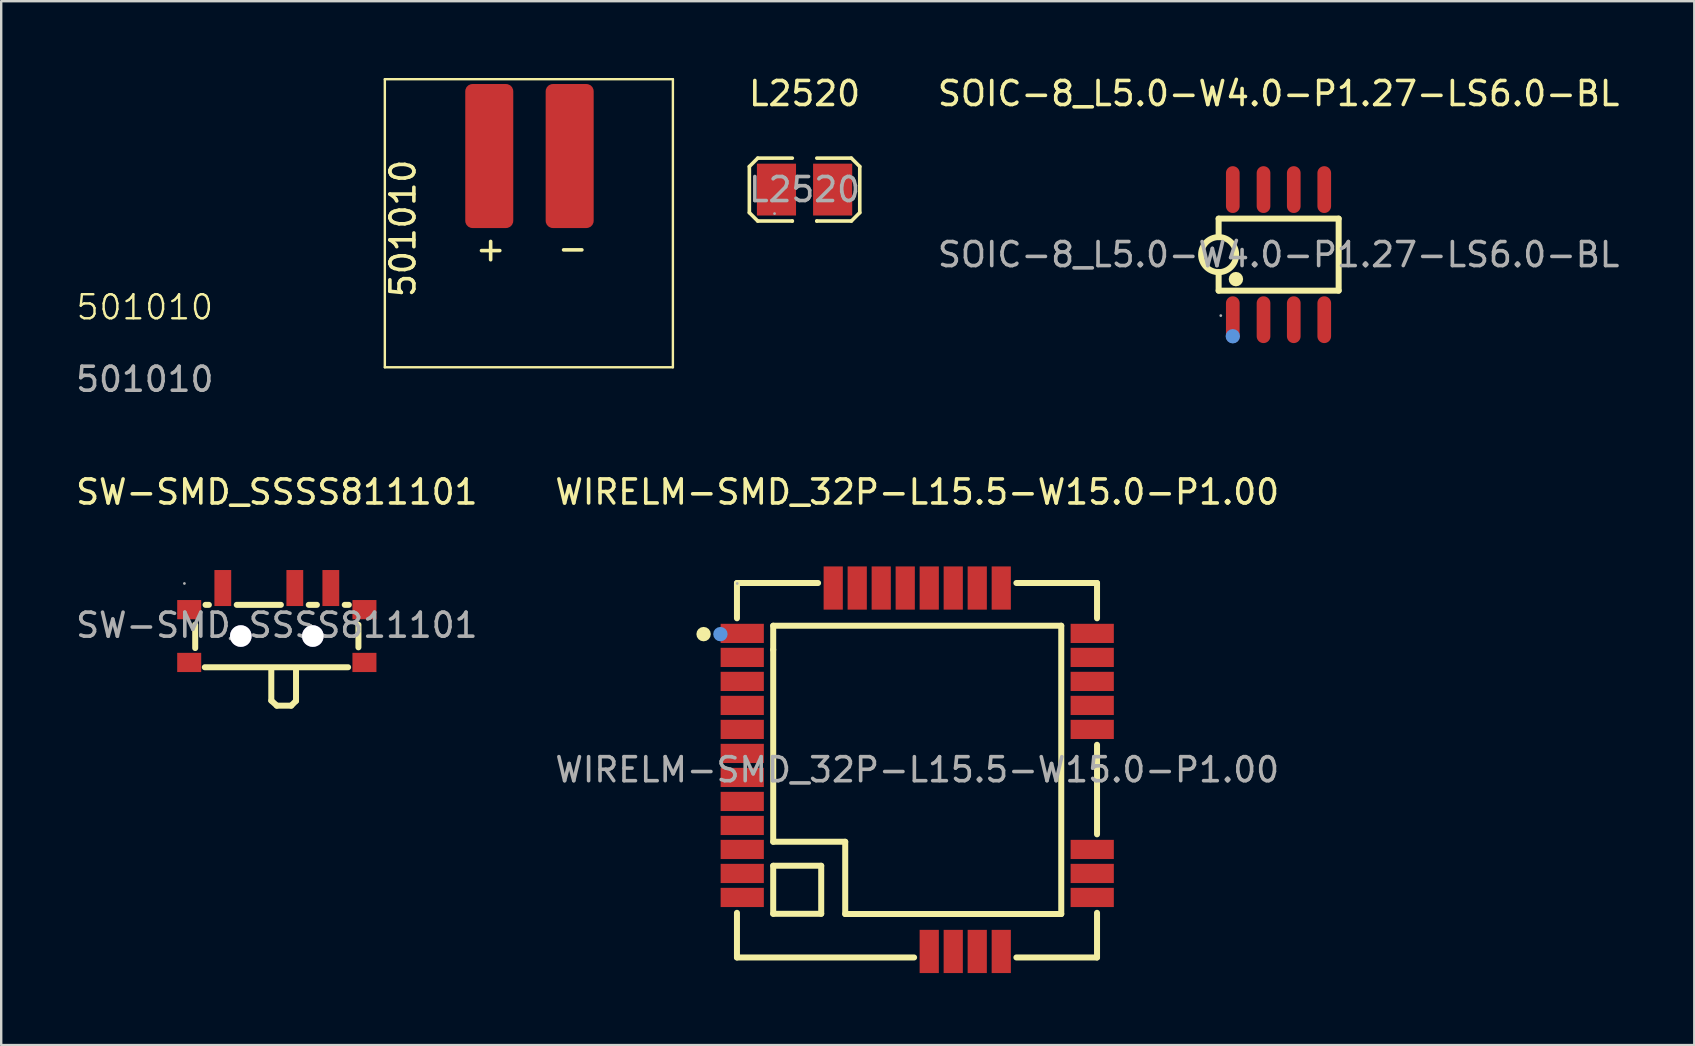
<source format=kicad_pcb>
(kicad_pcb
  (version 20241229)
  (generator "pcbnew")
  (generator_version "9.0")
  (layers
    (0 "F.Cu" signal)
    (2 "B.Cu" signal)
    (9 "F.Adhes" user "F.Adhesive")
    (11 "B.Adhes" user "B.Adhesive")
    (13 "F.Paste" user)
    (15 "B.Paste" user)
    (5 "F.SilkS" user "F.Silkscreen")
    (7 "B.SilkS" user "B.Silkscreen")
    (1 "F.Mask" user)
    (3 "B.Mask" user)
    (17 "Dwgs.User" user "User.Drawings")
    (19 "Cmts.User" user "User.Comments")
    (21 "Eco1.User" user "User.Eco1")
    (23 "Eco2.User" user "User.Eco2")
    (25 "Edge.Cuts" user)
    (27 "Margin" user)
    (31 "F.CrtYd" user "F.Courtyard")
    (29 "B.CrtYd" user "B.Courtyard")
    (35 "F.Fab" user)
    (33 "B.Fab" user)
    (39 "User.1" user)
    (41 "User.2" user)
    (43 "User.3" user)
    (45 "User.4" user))
  (footprint "L2520"
    (layer "F.Cu")
    (at 30.467 4.848)
    (property "Reference" "L2520" (at 0 -4 0) (layer "F.SilkS") (effects (font (size 1 1) (thickness 0.15))))
    (attr smd)
    (fp_line (start -2.3 -0.96) (end -1.95 -1.31) (stroke (width 0.15) (type solid)) (layer "F.SilkS"))
    (fp_line (start -2.3 0.96) (end -2.3 -0.96) (stroke (width 0.15) (type solid)) (layer "F.SilkS"))
    (fp_line (start -1.95 -1.31) (end -0.51 -1.31) (stroke (width 0.15) (type solid)) (layer "F.SilkS"))
    (fp_line (start -1.95 1.31) (end -2.3 0.96) (stroke (width 0.15) (type solid)) (layer "F.SilkS"))
    (fp_line (start -0.51 1.31) (end -1.95 1.31) (stroke (width 0.15) (type solid)) (layer "F.SilkS"))
    (fp_line (start -0.51 1.31) (end -0.51 1.31) (stroke (width 0.15) (type solid)) (layer "F.SilkS"))
    (fp_line (start 0.51 1.31) (end 0.51 1.31) (stroke (width 0.15) (type solid)) (layer "F.SilkS"))
    (fp_line (start 0.51 1.31) (end 1.95 1.31) (stroke (width 0.15) (type solid)) (layer "F.SilkS"))
    (fp_line (start 1.95 -1.31) (end 0.51 -1.31) (stroke (width 0.15) (type solid)) (layer "F.SilkS"))
    (fp_line (start 1.95 1.31) (end 2.3 0.96) (stroke (width 0.15) (type solid)) (layer "F.SilkS"))
    (fp_line (start 2.3 -0.96) (end 1.95 -1.31) (stroke (width 0.15) (type solid)) (layer "F.SilkS"))
    (fp_line (start 2.3 0.96) (end 2.3 -0.96) (stroke (width 0.15) (type solid)) (layer "F.SilkS"))
    (fp_circle (center -1.25 1) (end -1.22 1) (stroke (width 0.06) (type solid)) (fill no) (layer "F.Fab"))
    (fp_text user "${REFERENCE}" (at 0 0 0) (layer "F.Fab") (effects (font (size 1 1) (thickness 0.15))))
    (pad "1" smd rect (at -1.17 0) (size 1.63 2.16) (layers "F.Cu" "F.Mask" "F.Paste"))
    (pad "2" smd rect (at 1.17 0) (size 1.63 2.16) (layers "F.Cu" "F.Mask" "F.Paste")))
  (footprint "501010"
    (layer "F.Cu")
    (at 18.982 0.25)
    (property "Reference" "501010" (at -16 9.5 0) (unlocked yes) (layer "F.SilkS") (effects (font (size 1 1) (thickness 0.1))))
    (attr smd)
    (fp_rect (start -6 0) (end -6 12) (stroke (width 0.1) (type default)) (fill no) (layer "F.SilkS"))
    (fp_rect (start -6 0) (end 6 0) (stroke (width 0.1) (type default)) (fill no) (layer "F.SilkS"))
    (fp_rect (start -6 12) (end 6 12) (stroke (width 0.1) (type default)) (fill no) (layer "F.SilkS"))
    (fp_rect (start 6 0) (end 6 12) (stroke (width 0.1) (type default)) (fill no) (layer "F.SilkS"))
    (fp_text user "+" (at -2.31 7.65 0) (unlocked yes) (layer "F.SilkS") (effects (font (size 1 1) (thickness 0.15)) (justify left bottom)))
    (fp_text user "-" (at 1.11 7.62 0) (unlocked yes) (layer "F.SilkS") (effects (font (size 1 1) (thickness 0.15)) (justify left bottom)))
    (fp_text user "501010" (at -4.66 9.17 90) (unlocked yes) (layer "F.SilkS") (effects (font (size 1 1) (thickness 0.15)) (justify left bottom)))
    (fp_text user "${REFERENCE}" (at -16 12.5 0) (unlocked yes) (layer "F.Fab") (effects (font (size 1 1) (thickness 0.15))))
    (pad "1" smd roundrect (at 1.7 3.2) (size 2 6) (layers "F.Cu" "F.Mask" "F.Paste") (roundrect_rratio 0.15))
    (pad "2" smd roundrect (at -1.65 3.2) (size 2 6) (layers "F.Cu" "F.Mask" "F.Paste") (roundrect_rratio 0.15)))
  (footprint "SOIC-8_L5.0-W4.0-P1.27-LS6.0-BL"
    (layer "F.Cu")
    (at 50.217 7.558)
    (property "Reference" "SOIC-8_L5.0-W4.0-P1.27-LS6.0-BL" (at 0 -6.71 0) (layer "F.SilkS") (effects (font (size 1 1) (thickness 0.15))))
    (attr smd)
    (fp_line (start -2.5 -1.5) (end -2.5 -0.73) (stroke (width 0.25) (type solid)) (layer "F.SilkS"))
    (fp_line (start -2.5 -1.5) (end 2.5 -1.5) (stroke (width 0.25) (type solid)) (layer "F.SilkS"))
    (fp_line (start -2.5 1.5) (end -2.5 0.73) (stroke (width 0.25) (type solid)) (layer "F.SilkS"))
    (fp_line (start -2.5 1.5) (end 2.5 1.5) (stroke (width 0.25) (type solid)) (layer "F.SilkS"))
    (fp_line (start 2.5 -1.5) (end 2.5 1.5) (stroke (width 0.25) (type solid)) (layer "F.SilkS"))
    (fp_arc (start -2.48726 -0.729889) (mid -2.50637 0.729972) (end -2.5 -0.73) (stroke (width 0.25) (type solid)) (layer "F.SilkS"))
    (fp_circle (center -1.78 1.02) (end -1.63 1.02) (stroke (width 0.3) (type solid)) (fill no) (layer "F.SilkS"))
    (fp_circle (center -1.91 3.4) (end -1.76 3.4) (stroke (width 0.3) (type solid)) (fill no) (layer "Cmts.User"))
    (fp_circle (center -2.41 2.54) (end -2.38 2.54) (stroke (width 0.06) (type solid)) (fill no) (layer "F.Fab"))
    (fp_text user "${REFERENCE}" (at 0 0 0) (layer "F.Fab") (effects (font (size 1 1) (thickness 0.15))))
    (pad "1" smd oval (at -1.91 2.71) (size 0.57 1.95) (layers "F.Cu" "F.Mask" "F.Paste"))
    (pad "2" smd oval (at -0.63 2.71) (size 0.57 1.95) (layers "F.Cu" "F.Mask" "F.Paste"))
    (pad "3" smd oval (at 0.63 2.71) (size 0.57 1.95) (layers "F.Cu" "F.Mask" "F.Paste"))
    (pad "4" smd oval (at 1.9 2.71) (size 0.57 1.95) (layers "F.Cu" "F.Mask" "F.Paste"))
    (pad "5" smd oval (at 1.9 -2.71) (size 0.57 1.95) (layers "F.Cu" "F.Mask" "F.Paste"))
    (pad "6" smd oval (at 0.63 -2.71) (size 0.57 1.95) (layers "F.Cu" "F.Mask" "F.Paste"))
    (pad "7" smd oval (at -0.63 -2.71) (size 0.57 1.95) (layers "F.Cu" "F.Mask" "F.Paste"))
    (pad "8" smd oval (at -1.91 -2.71) (size 0.57 1.95) (layers "F.Cu" "F.Mask" "F.Paste")))
  (footprint "WIRELM-SMD_32P-L15.5-W15.0-P1.00"
    (layer "F.Cu")
    (at 35.161 29.017)
    (property "Reference" "WIRELM-SMD_32P-L15.5-W15.0-P1.00" (at 0 -11.57 0) (layer "F.SilkS") (effects (font (size 1 1) (thickness 0.15))))
    (attr smd)
    (fp_line (start -7.51 -7.78) (end -7.51 -6.31) (stroke (width 0.25) (type solid)) (layer "F.SilkS"))
    (fp_line (start -7.51 5.96) (end -7.51 7.82) (stroke (width 0.25) (type solid)) (layer "F.SilkS"))
    (fp_line (start -7.51 7.82) (end -0.13 7.82) (stroke (width 0.25) (type solid)) (layer "F.SilkS"))
    (fp_line (start -6 -6) (end 6 -6) (stroke (width 0.25) (type solid)) (layer "F.SilkS"))
    (fp_line (start -6 -5) (end -6 -6) (stroke (width 0.25) (type solid)) (layer "F.SilkS"))
    (fp_line (start -6 3) (end -6 -5) (stroke (width 0.25) (type solid)) (layer "F.SilkS"))
    (fp_line (start -6 4) (end -4 4) (stroke (width 0.25) (type solid)) (layer "F.SilkS"))
    (fp_line (start -6 6) (end -6 4) (stroke (width 0.25) (type solid)) (layer "F.SilkS"))
    (fp_line (start -4.13 -7.78) (end -7.51 -7.78) (stroke (width 0.25) (type solid)) (layer "F.SilkS"))
    (fp_line (start -4 4) (end -4 6) (stroke (width 0.25) (type solid)) (layer "F.SilkS"))
    (fp_line (start -4 6) (end -6 6) (stroke (width 0.25) (type solid)) (layer "F.SilkS"))
    (fp_line (start -3 3) (end -6 3) (stroke (width 0.25) (type solid)) (layer "F.SilkS"))
    (fp_line (start -3 6.01) (end -3 3) (stroke (width 0.25) (type solid)) (layer "F.SilkS"))
    (fp_line (start 4.13 7.82) (end 7.49 7.82) (stroke (width 0.25) (type solid)) (layer "F.SilkS"))
    (fp_line (start 6 -6) (end 6 6.01) (stroke (width 0.25) (type solid)) (layer "F.SilkS"))
    (fp_line (start 6 6.01) (end -3 6.01) (stroke (width 0.25) (type solid)) (layer "F.SilkS"))
    (fp_line (start 7.49 -7.78) (end 4.13 -7.78) (stroke (width 0.25) (type solid)) (layer "F.SilkS"))
    (fp_line (start 7.49 -6.31) (end 7.49 -7.78) (stroke (width 0.25) (type solid)) (layer "F.SilkS"))
    (fp_line (start 7.49 2.69) (end 7.49 -1.04) (stroke (width 0.25) (type solid)) (layer "F.SilkS"))
    (fp_line (start 7.49 7.82) (end 7.49 5.96) (stroke (width 0.25) (type solid)) (layer "F.SilkS"))
    (fp_circle (center -8.9 -5.65) (end -8.75 -5.65) (stroke (width 0.3) (type solid)) (fill no) (layer "F.SilkS"))
    (fp_circle (center -8.2 -5.65) (end -8.05 -5.65) (stroke (width 0.3) (type solid)) (fill no) (layer "Cmts.User"))
    (fp_circle (center -7.5 -7.76) (end -7.47 -7.76) (stroke (width 0.06) (type solid)) (fill no) (layer "F.Fab"))
    (fp_text user "${REFERENCE}" (at 0 0 0) (layer "F.Fab") (effects (font (size 1 1) (thickness 0.15))))
    (pad "1" smd rect (at -7.29 -5.68) (size 1.8 0.8) (layers "F.Cu" "F.Mask" "F.Paste"))
    (pad "2" smd rect (at -7.29 -4.68) (size 1.8 0.8) (layers "F.Cu" "F.Mask" "F.Paste"))
    (pad "3" smd rect (at -7.29 -3.68) (size 1.8 0.8) (layers "F.Cu" "F.Mask" "F.Paste"))
    (pad "4" smd rect (at -7.29 -2.68) (size 1.8 0.8) (layers "F.Cu" "F.Mask" "F.Paste"))
    (pad "5" smd rect (at -7.29 -1.68) (size 1.8 0.8) (layers "F.Cu" "F.Mask" "F.Paste"))
    (pad "6" smd rect (at -7.29 -0.68) (size 1.8 0.8) (layers "F.Cu" "F.Mask" "F.Paste"))
    (pad "7" smd rect (at -7.29 0.32) (size 1.8 0.8) (layers "F.Cu" "F.Mask" "F.Paste"))
    (pad "8" smd rect (at -7.29 1.32) (size 1.8 0.8) (layers "F.Cu" "F.Mask" "F.Paste"))
    (pad "9" smd rect (at -7.29 2.32) (size 1.8 0.8) (layers "F.Cu" "F.Mask" "F.Paste"))
    (pad "10" smd rect (at -7.29 3.32) (size 1.8 0.8) (layers "F.Cu" "F.Mask" "F.Paste"))
    (pad "11" smd rect (at -7.29 4.32) (size 1.8 0.8) (layers "F.Cu" "F.Mask" "F.Paste"))
    (pad "12" smd rect (at -7.29 5.32) (size 1.8 0.8) (layers "F.Cu" "F.Mask" "F.Paste"))
    (pad "13" smd rect (at 0.5 7.57) (size 0.8 1.8) (layers "F.Cu" "F.Mask" "F.Paste"))
    (pad "14" smd rect (at 1.5 7.57) (size 0.8 1.8) (layers "F.Cu" "F.Mask" "F.Paste"))
    (pad "15" smd rect (at 2.5 7.57) (size 0.8 1.8) (layers "F.Cu" "F.Mask" "F.Paste"))
    (pad "16" smd rect (at 3.5 7.57) (size 0.8 1.8) (layers "F.Cu" "F.Mask" "F.Paste"))
    (pad "17" smd rect (at 7.29 5.32) (size 1.8 0.8) (layers "F.Cu" "F.Mask" "F.Paste"))
    (pad "18" smd rect (at 7.29 4.32) (size 1.8 0.8) (layers "F.Cu" "F.Mask" "F.Paste"))
    (pad "19" smd rect (at 7.29 3.32) (size 1.8 0.8) (layers "F.Cu" "F.Mask" "F.Paste"))
    (pad "20" smd rect (at 7.29 -1.68) (size 1.8 0.8) (layers "F.Cu" "F.Mask" "F.Paste"))
    (pad "21" smd rect (at 7.29 -2.68) (size 1.8 0.8) (layers "F.Cu" "F.Mask" "F.Paste"))
    (pad "22" smd rect (at 7.29 -3.68) (size 1.8 0.8) (layers "F.Cu" "F.Mask" "F.Paste"))
    (pad "23" smd rect (at 7.29 -4.68) (size 1.8 0.8) (layers "F.Cu" "F.Mask" "F.Paste"))
    (pad "24" smd rect (at 7.29 -5.68) (size 1.8 0.8) (layers "F.Cu" "F.Mask" "F.Paste"))
    (pad "25" smd rect (at 3.5 -7.57 90) (size 1.8 0.8) (layers "F.Cu" "F.Mask" "F.Paste"))
    (pad "26" smd rect (at 2.5 -7.57 90) (size 1.8 0.8) (layers "F.Cu" "F.Mask" "F.Paste"))
    (pad "27" smd rect (at 1.5 -7.57 90) (size 1.8 0.8) (layers "F.Cu" "F.Mask" "F.Paste"))
    (pad "28" smd rect (at 0.5 -7.57 90) (size 1.8 0.8) (layers "F.Cu" "F.Mask" "F.Paste"))
    (pad "29" smd rect (at -0.5 -7.57 90) (size 1.8 0.8) (layers "F.Cu" "F.Mask" "F.Paste"))
    (pad "30" smd rect (at -1.5 -7.57 90) (size 1.8 0.8) (layers "F.Cu" "F.Mask" "F.Paste"))
    (pad "31" smd rect (at -2.5 -7.57 90) (size 1.8 0.8) (layers "F.Cu" "F.Mask" "F.Paste"))
    (pad "32" smd rect (at -3.5 -7.57 90) (size 1.8 0.8) (layers "F.Cu" "F.Mask" "F.Paste")))
  (footprint "SW-SMD_SSSS811101"
    (layer "F.Cu")
    (at 8.482 22.997)
    (property "Reference" "SW-SMD_SSSS811101" (at 0 -5.55 0) (layer "F.SilkS") (effects (font (size 1 1) (thickness 0.15))))
    (attr smd)
    (fp_line (start -3.4 0.95) (end -3.4 -0.02) (stroke (width 0.25) (type solid)) (layer "F.SilkS"))
    (fp_line (start -2.97 -0.85) (end -2.83 -0.85) (stroke (width 0.25) (type solid)) (layer "F.SilkS"))
    (fp_line (start -1.67 -0.85) (end 0.17 -0.85) (stroke (width 0.25) (type solid)) (layer "F.SilkS"))
    (fp_line (start -0.23 3.14) (end -0.23 1.84) (stroke (width 0.25) (type solid)) (layer "F.SilkS"))
    (fp_line (start 0 3.35) (end -0.23 3.14) (stroke (width 0.25) (type solid)) (layer "F.SilkS"))
    (fp_line (start 0 3.35) (end 0.6 3.35) (stroke (width 0.25) (type solid)) (layer "F.SilkS"))
    (fp_line (start 0.6 3.35) (end 0.8 3.15) (stroke (width 0.25) (type solid)) (layer "F.SilkS"))
    (fp_line (start 0.8 3.15) (end 0.8 1.85) (stroke (width 0.25) (type solid)) (layer "F.SilkS"))
    (fp_line (start 1.33 -0.85) (end 1.67 -0.85) (stroke (width 0.25) (type solid)) (layer "F.SilkS"))
    (fp_line (start 2.83 -0.85) (end 3 -0.85) (stroke (width 0.25) (type solid)) (layer "F.SilkS"))
    (fp_line (start 2.97 1.75) (end -3 1.75) (stroke (width 0.25) (type solid)) (layer "F.SilkS"))
    (fp_line (start 3.4 -0.02) (end 3.4 0.92) (stroke (width 0.25) (type solid)) (layer "F.SilkS"))
    (fp_circle (center -1.5 0.45) (end -1.3 0.45) (stroke (width 0.4) (type solid)) (fill no) (layer "Cmts.User"))
    (fp_circle (center 1.5 0.45) (end 1.7 0.45) (stroke (width 0.4) (type solid)) (fill no) (layer "Cmts.User"))
    (fp_circle (center -3.85 -1.74) (end -3.82 -1.74) (stroke (width 0.06) (type solid)) (fill no) (layer "F.Fab"))
    (fp_text user "${REFERENCE}" (at 0 0 0) (layer "F.Fab") (effects (font (size 1 1) (thickness 0.15))))
    (pad "" thru_hole circle (at -1.5 0.45) (size 0.9 0.9) (drill 0.9) (layers "*.Cu" "*.Mask"))
    (pad "" thru_hole circle (at 1.5 0.45) (size 0.9 0.9) (drill 0.9) (layers "*.Cu" "*.Mask"))
    (pad "1" smd rect (at -2.25 -1.55) (size 0.7 1.5) (layers "F.Cu" "F.Mask" "F.Paste"))
    (pad "2" smd rect (at 0.75 -1.55) (size 0.7 1.5) (layers "F.Cu" "F.Mask" "F.Paste"))
    (pad "3" smd rect (at 2.25 -1.55) (size 0.7 1.5) (layers "F.Cu" "F.Mask" "F.Paste"))
    (pad "4" smd rect (at -3.65 -0.65 90) (size 0.8 1) (layers "F.Cu" "F.Mask" "F.Paste"))
    (pad "5" smd rect (at 3.65 -0.65 90) (size 0.8 1) (layers "F.Cu" "F.Mask" "F.Paste"))
    (pad "6" smd rect (at 3.65 1.55 90) (size 0.8 1) (layers "F.Cu" "F.Mask" "F.Paste"))
    (pad "7" smd rect (at -3.65 1.55 90) (size 0.8 1) (layers "F.Cu" "F.Mask" "F.Paste")))
  (gr_rect
    (start -3 -3)
    (end 67.532 40.486)
    (stroke (width 0.1) (type default))
    (fill no)
    (layer "Edge.Cuts")))
</source>
